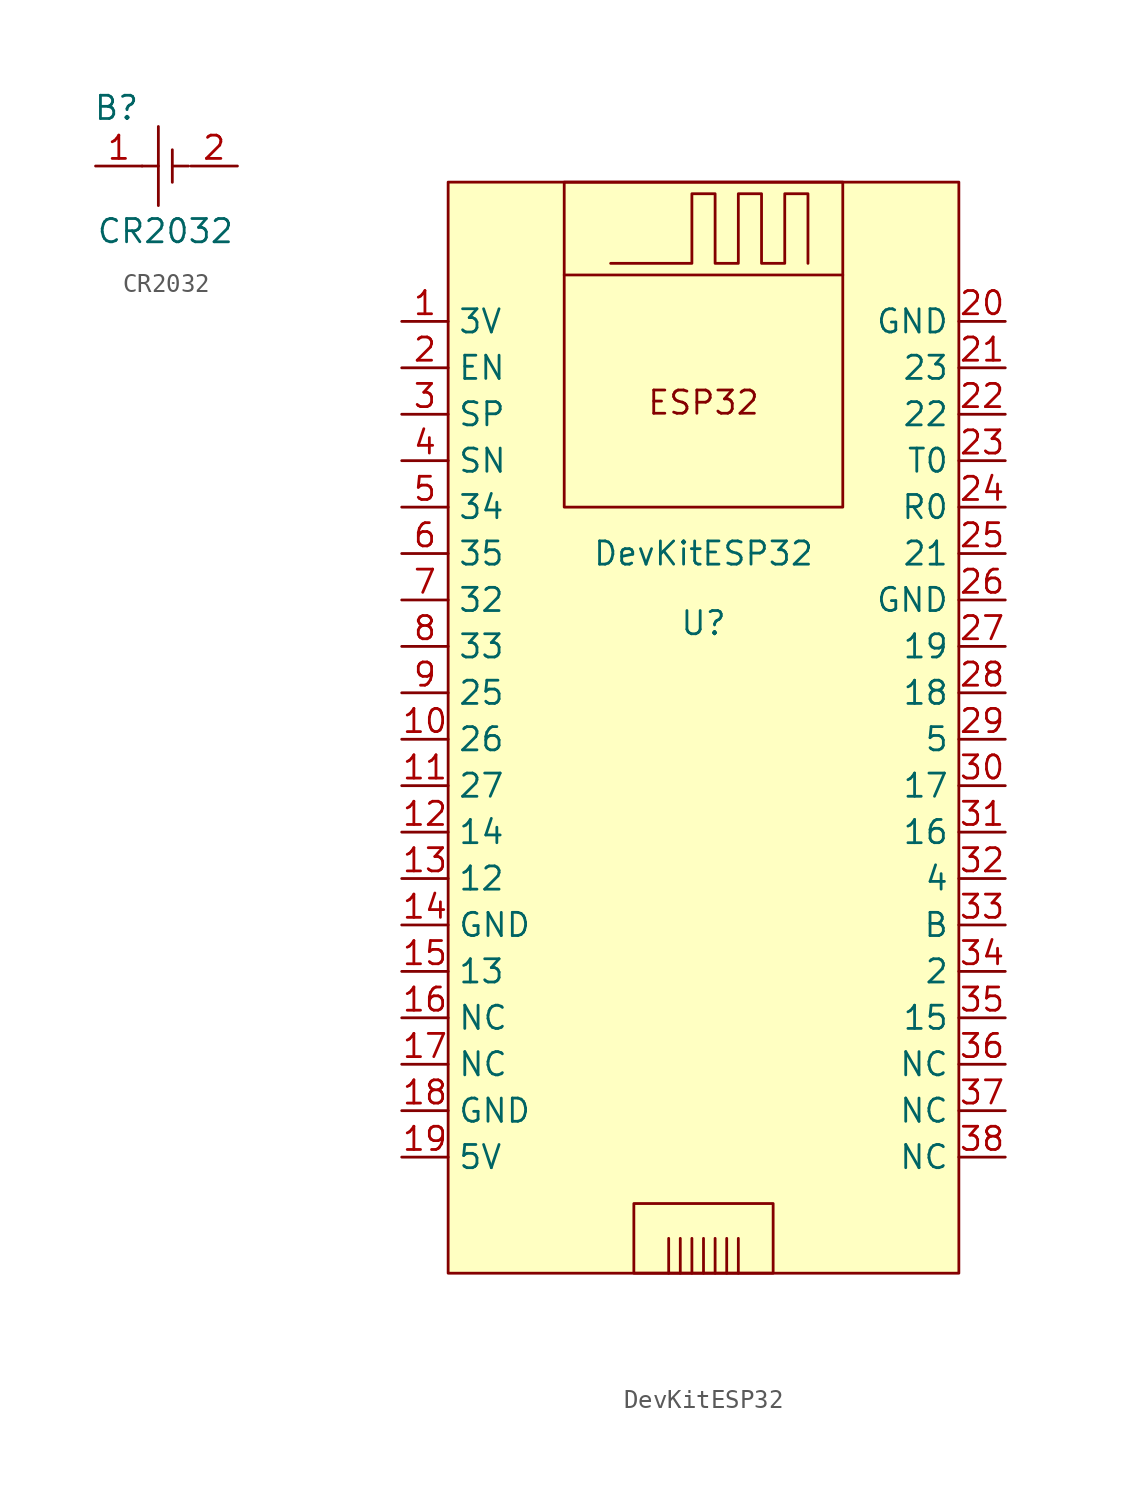
<source format=kicad_sym>
(kicad_symbol_lib
  (version 20211014)
  (generator kicad_symbol_editor)
  (symbol "CR2032"
    (property "Reference" "B"
      (at -2.667 3.175 0)
      (effects (font (size 1.27 1.27))))
    (property "Value" "CR2032"
      (at 0 -3.556 0)
      (effects (font (size 1.27 1.27))))
    (symbol "CR2032_0_1"
      (polyline (pts (xy -0.381 0) (xy -1.27 0)) (stroke (width 0) (type default) (color 0 0 0 0)) (fill (type none)))
      (polyline (pts (xy -0.381 2.159) (xy -0.381 -2.159)) (stroke (width 0) (type default) (color 0 0 0 0)) (fill (type none)))
      (polyline (pts (xy 0.381 0) (xy 1.27 0)) (stroke (width 0) (type default) (color 0 0 0 0)) (fill (type none)))
      (polyline (pts (xy 0.381 0.889) (xy 0.381 -0.889)) (stroke (width 0) (type default) (color 0 0 0 0)) (fill (type none))))
    (symbol "CR2032_1_1"
      (pin power_out line (at -3.81 0 0) (length 2.54) (name "" (effects (font (size 1.27 1.27)))) (number "1" (effects (font (size 1.27 1.27)))))
      (pin power_out line (at 3.937 0 180) (length 2.54) (name "" (effects (font (size 1.27 1.27)))) (number "2" (effects (font (size 1.27 1.27)))))))
  (symbol "DevKitESP32"
    (property "Reference" "U"
      (at 3.81 2.54 0)
      (effects (font (size 1.27 1.27))))
    (property "Value" "DevKitESP32"
      (at 3.81 6.35 0)
      (effects (font (size 1.27 1.27))))
    (symbol "DevKitESP32_0_0"
      (rectangle (start 0 -29.21) (end 7.62 -33.02) (stroke (width 0) (type default) (color 0 0 0 0)) (fill (type none)))
      (polyline (pts (xy 1.905 -33.02) (xy 1.905 -31.115)) (stroke (width 0) (type default) (color 0 0 0 0)) (fill (type none)))
      (polyline (pts (xy 2.54 -33.02) (xy 2.54 -31.115)) (stroke (width 0) (type default) (color 0 0 0 0)) (fill (type none)))
      (polyline (pts (xy 3.175 -33.02) (xy 3.175 -31.115)) (stroke (width 0) (type default) (color 0 0 0 0)) (fill (type none)))
      (polyline (pts (xy 3.81 -33.02) (xy 3.81 -31.115)) (stroke (width 0) (type default) (color 0 0 0 0)) (fill (type none)))
      (polyline (pts (xy 4.445 -33.02) (xy 4.445 -31.115)) (stroke (width 0) (type default) (color 0 0 0 0)) (fill (type none)))
      (polyline (pts (xy 5.08 -33.02) (xy 5.08 -31.115)) (stroke (width 0) (type default) (color 0 0 0 0)) (fill (type none)))
      (polyline (pts (xy 5.715 -33.02) (xy 5.715 -31.115)) (stroke (width 0) (type default) (color 0 0 0 0)) (fill (type none)))
      (text "ESP32" (at 3.81 14.605 0) (effects (font (size 1.27 1.27)))))
    (symbol "DevKitESP32_0_1"
      (rectangle (start -10.16 26.67) (end 17.78 -33.02) (stroke (width 0) (type default) (color 0 0 0 0)) (fill (type background)))
      (rectangle (start -3.81 26.67) (end 11.43 8.89) (stroke (width 0) (type default) (color 0 0 0 0)) (fill (type none)))
      (polyline (pts (xy 11.43 21.59) (xy -3.81 21.59)) (stroke (width 0) (type default) (color 0 0 0 0)) (fill (type none)))
      (polyline (pts (xy 9.525 22.225) (xy 9.525 26.035) (xy 8.255 26.035) (xy 8.255 22.225) (xy 6.985 22.225) (xy 6.985 26.035) (xy 5.715 26.035) (xy 5.715 22.225) (xy 4.445 22.225) (xy 4.445 26.035) (xy 3.175 26.035) (xy 3.175 22.225) (xy -1.27 22.225)) (stroke (width 0) (type default) (color 0 0 0 0)) (fill (type none))))
    (symbol "DevKitESP32_1_1"
      (pin input line (at -12.7 19.05 0) (length 2.54) (name "3V" (effects (font (size 1.27 1.27)))) (number "1" (effects (font (size 1.27 1.27)))))
      (pin input line (at -12.7 -3.81 0) (length 2.54) (name "26" (effects (font (size 1.27 1.27)))) (number "10" (effects (font (size 1.27 1.27)))))
      (pin input line (at -12.7 -6.35 0) (length 2.54) (name "27" (effects (font (size 1.27 1.27)))) (number "11" (effects (font (size 1.27 1.27)))))
      (pin input line (at -12.7 -8.89 0) (length 2.54) (name "14" (effects (font (size 1.27 1.27)))) (number "12" (effects (font (size 1.27 1.27)))))
      (pin input line (at -12.7 -11.43 0) (length 2.54) (name "12" (effects (font (size 1.27 1.27)))) (number "13" (effects (font (size 1.27 1.27)))))
      (pin input line (at -12.7 -13.97 0) (length 2.54) (name "GND" (effects (font (size 1.27 1.27)))) (number "14" (effects (font (size 1.27 1.27)))))
      (pin input line (at -12.7 -16.51 0) (length 2.54) (name "13" (effects (font (size 1.27 1.27)))) (number "15" (effects (font (size 1.27 1.27)))))
      (pin input line (at -12.7 -19.05 0) (length 2.54) (name "NC" (effects (font (size 1.27 1.27)))) (number "16" (effects (font (size 1.27 1.27)))))
      (pin input line (at -12.7 -21.59 0) (length 2.54) (name "NC" (effects (font (size 1.27 1.27)))) (number "17" (effects (font (size 1.27 1.27)))))
      (pin input line (at -12.7 -24.13 0) (length 2.54) (name "GND" (effects (font (size 1.27 1.27)))) (number "18" (effects (font (size 1.27 1.27)))))
      (pin input line (at -12.7 -26.67 0) (length 2.54) (name "5V" (effects (font (size 1.27 1.27)))) (number "19" (effects (font (size 1.27 1.27)))))
      (pin input line (at -12.7 16.51 0) (length 2.54) (name "EN" (effects (font (size 1.27 1.27)))) (number "2" (effects (font (size 1.27 1.27)))))
      (pin input line (at 20.32 19.05 180) (length 2.54) (name "GND" (effects (font (size 1.27 1.27)))) (number "20" (effects (font (size 1.27 1.27)))))
      (pin input line (at 20.32 16.51 180) (length 2.54) (name "23" (effects (font (size 1.27 1.27)))) (number "21" (effects (font (size 1.27 1.27)))))
      (pin input line (at 20.32 13.97 180) (length 2.54) (name "22" (effects (font (size 1.27 1.27)))) (number "22" (effects (font (size 1.27 1.27)))))
      (pin input line (at 20.32 11.43 180) (length 2.54) (name "T0" (effects (font (size 1.27 1.27)))) (number "23" (effects (font (size 1.27 1.27)))))
      (pin input line (at 20.32 8.89 180) (length 2.54) (name "R0" (effects (font (size 1.27 1.27)))) (number "24" (effects (font (size 1.27 1.27)))))
      (pin input line (at 20.32 6.35 180) (length 2.54) (name "21" (effects (font (size 1.27 1.27)))) (number "25" (effects (font (size 1.27 1.27)))))
      (pin input line (at 20.32 3.81 180) (length 2.54) (name "GND" (effects (font (size 1.27 1.27)))) (number "26" (effects (font (size 1.27 1.27)))))
      (pin input line (at 20.32 1.27 180) (length 2.54) (name "19" (effects (font (size 1.27 1.27)))) (number "27" (effects (font (size 1.27 1.27)))))
      (pin input line (at 20.32 -1.27 180) (length 2.54) (name "18" (effects (font (size 1.27 1.27)))) (number "28" (effects (font (size 1.27 1.27)))))
      (pin input line (at 20.32 -3.81 180) (length 2.54) (name "5" (effects (font (size 1.27 1.27)))) (number "29" (effects (font (size 1.27 1.27)))))
      (pin input line (at -12.7 13.97 0) (length 2.54) (name "SP" (effects (font (size 1.27 1.27)))) (number "3" (effects (font (size 1.27 1.27)))))
      (pin input line (at 20.32 -6.35 180) (length 2.54) (name "17" (effects (font (size 1.27 1.27)))) (number "30" (effects (font (size 1.27 1.27)))))
      (pin input line (at 20.32 -8.89 180) (length 2.54) (name "16" (effects (font (size 1.27 1.27)))) (number "31" (effects (font (size 1.27 1.27)))))
      (pin input line (at 20.32 -11.43 180) (length 2.54) (name "4" (effects (font (size 1.27 1.27)))) (number "32" (effects (font (size 1.27 1.27)))))
      (pin input line (at 20.32 -13.97 180) (length 2.54) (name "B" (effects (font (size 1.27 1.27)))) (number "33" (effects (font (size 1.27 1.27)))))
      (pin input line (at 20.32 -16.51 180) (length 2.54) (name "2" (effects (font (size 1.27 1.27)))) (number "34" (effects (font (size 1.27 1.27)))))
      (pin input line (at 20.32 -19.05 180) (length 2.54) (name "15" (effects (font (size 1.27 1.27)))) (number "35" (effects (font (size 1.27 1.27)))))
      (pin input line (at 20.32 -21.59 180) (length 2.54) (name "NC" (effects (font (size 1.27 1.27)))) (number "36" (effects (font (size 1.27 1.27)))))
      (pin input line (at 20.32 -24.13 180) (length 2.54) (name "NC" (effects (font (size 1.27 1.27)))) (number "37" (effects (font (size 1.27 1.27)))))
      (pin input line (at 20.32 -26.67 180) (length 2.54) (name "NC" (effects (font (size 1.27 1.27)))) (number "38" (effects (font (size 1.27 1.27)))))
      (pin input line (at -12.7 11.43 0) (length 2.54) (name "SN" (effects (font (size 1.27 1.27)))) (number "4" (effects (font (size 1.27 1.27)))))
      (pin input line (at -12.7 8.89 0) (length 2.54) (name "34" (effects (font (size 1.27 1.27)))) (number "5" (effects (font (size 1.27 1.27)))))
      (pin input line (at -12.7 6.35 0) (length 2.54) (name "35" (effects (font (size 1.27 1.27)))) (number "6" (effects (font (size 1.27 1.27)))))
      (pin input line (at -12.7 3.81 0) (length 2.54) (name "32" (effects (font (size 1.27 1.27)))) (number "7" (effects (font (size 1.27 1.27)))))
      (pin input line (at -12.7 1.27 0) (length 2.54) (name "33" (effects (font (size 1.27 1.27)))) (number "8" (effects (font (size 1.27 1.27)))))
      (pin input line (at -12.7 -1.27 0) (length 2.54) (name "25" (effects (font (size 1.27 1.27)))) (number "9" (effects (font (size 1.27 1.27))))))))
</source>
